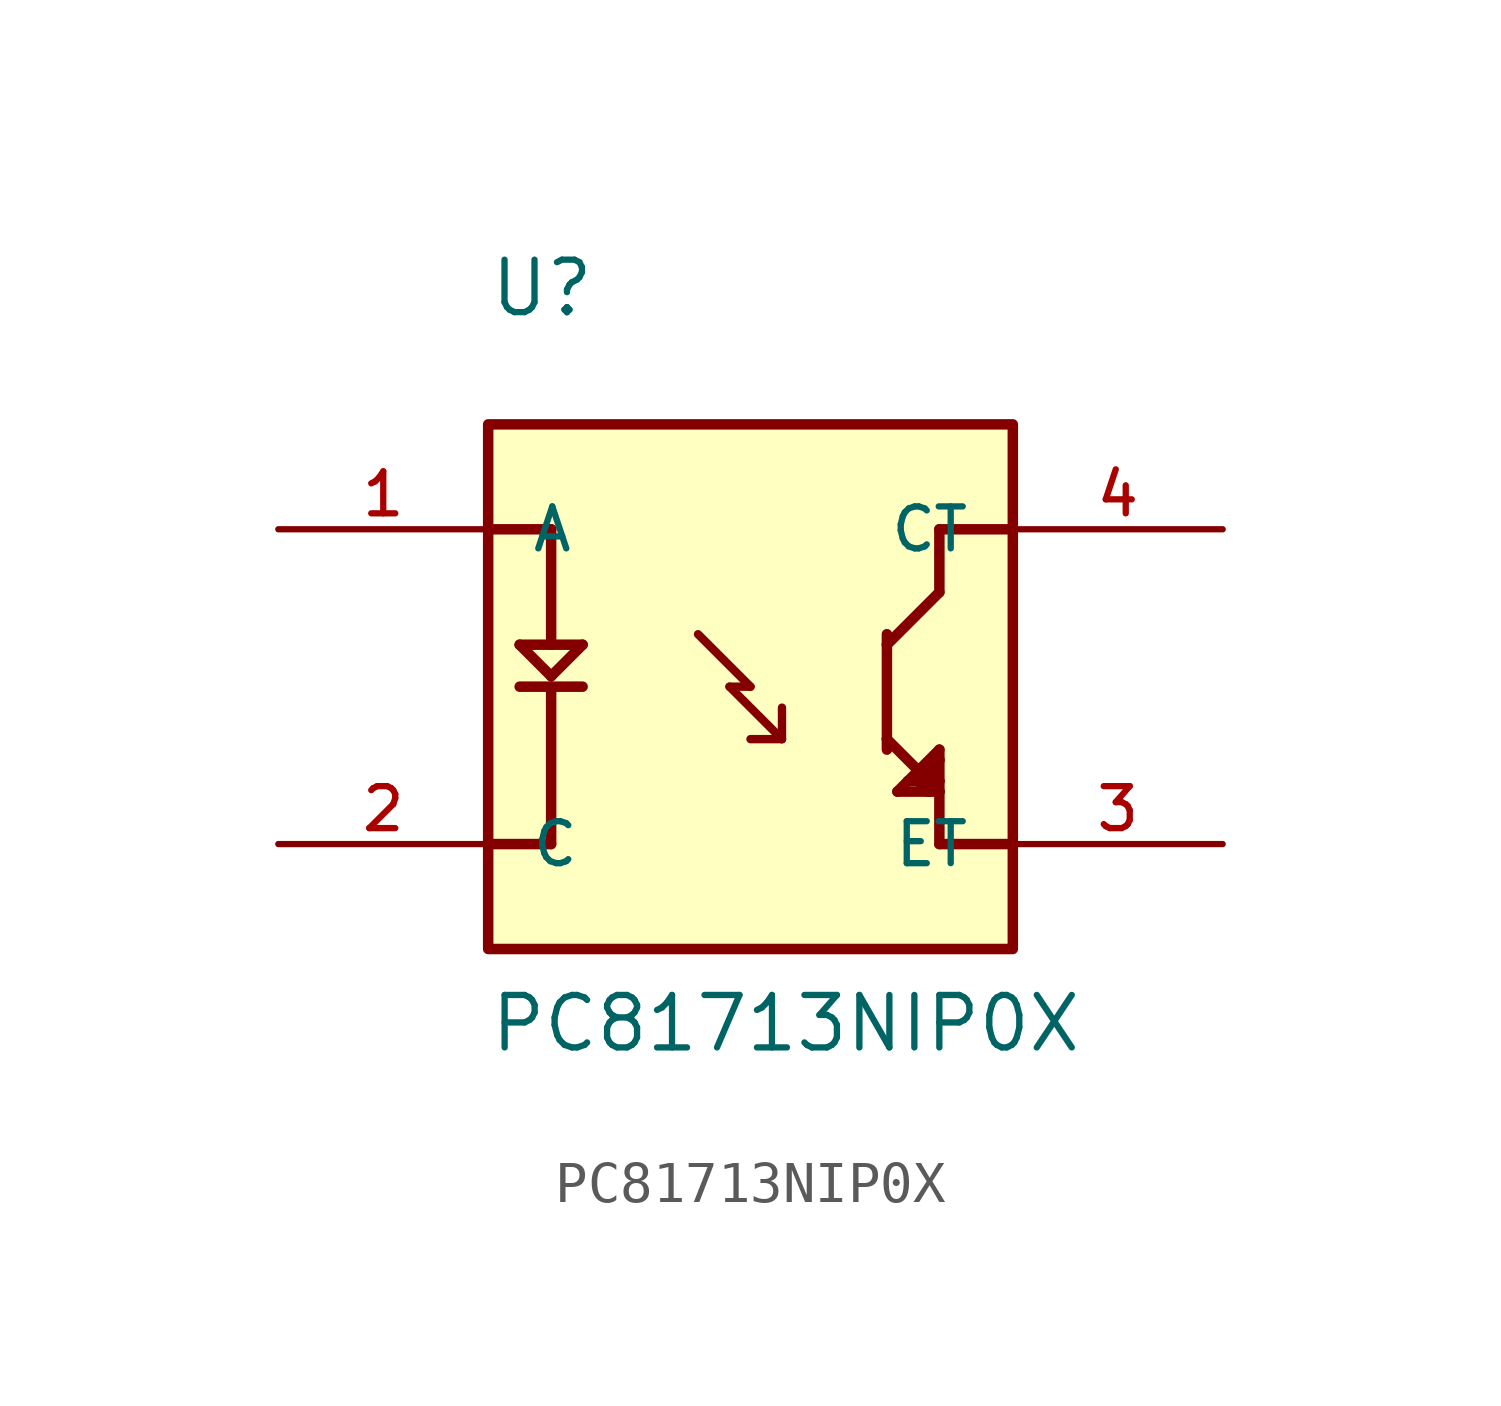
<source format=kicad_sym>
(kicad_symbol_lib
  (version 20211014)
  (generator kicad_symbol_editor)
  (symbol "PC81713NIP0X"
    (pin_names
      (offset 1.016))
    (property "Reference" "U"
      (at -5.087 10.173 0)
      (effects (font (size 1.27 1.27)) (justify bottom left)))
    (property "Value" "PC81713NIP0X"
      (at -5.084 -7.626 0)
      (effects (font (size 1.27 1.27)) (justify bottom left)))
    (symbol "PC81713NIP0X_0_0"
      (polyline (pts (xy -5.08 5.08) (xy -3.556 5.08)) (stroke (width 0.254)))
      (polyline (pts (xy -3.556 5.08) (xy -3.556 2.286)) (stroke (width 0.254)))
      (polyline (pts (xy -3.556 2.286) (xy -2.794 2.286)) (stroke (width 0.254)))
      (polyline (pts (xy -3.556 2.286) (xy -4.318 2.286)) (stroke (width 0.254)))
      (polyline (pts (xy -4.318 2.286) (xy -3.556 1.524)) (stroke (width 0.254)))
      (polyline (pts (xy -3.556 1.524) (xy -2.794 2.286)) (stroke (width 0.254)))
      (polyline (pts (xy -4.318 1.27) (xy -2.794 1.27)) (stroke (width 0.254)))
      (polyline (pts (xy -3.556 1.27) (xy -3.556 -2.54)) (stroke (width 0.254)))
      (polyline (pts (xy -3.556 -2.54) (xy -5.08 -2.54)) (stroke (width 0.254)))
      (polyline (pts (xy 7.62 5.08) (xy 5.842 5.08)) (stroke (width 0.254)))
      (polyline (pts (xy 5.842 5.08) (xy 5.842 3.556)) (stroke (width 0.254)))
      (polyline (pts (xy 5.842 3.556) (xy 4.572 2.286)) (stroke (width 0.254)))
      (polyline (pts (xy 4.572 2.286) (xy 4.572 0.0)) (stroke (width 0.254)))
      (polyline (pts (xy 4.572 0.0) (xy 5.842 -1.27)) (stroke (width 0.254)))
      (polyline (pts (xy 5.842 -1.27) (xy 5.842 -2.54)) (stroke (width 0.254)))
      (polyline (pts (xy 5.842 -2.54) (xy 7.62 -2.54)) (stroke (width 0.254)))
      (polyline (pts (xy 5.842 -1.016) (xy 5.842 -0.508)) (stroke (width 0.254)))
      (polyline (pts (xy 5.842 -0.508) (xy 5.842 -0.254)) (stroke (width 0.254)))
      (polyline (pts (xy 5.842 -0.254) (xy 5.08 -1.016)) (stroke (width 0.254)))
      (polyline (pts (xy 5.08 -1.016) (xy 4.826 -1.27)) (stroke (width 0.254)))
      (polyline (pts (xy 4.826 -1.27) (xy 5.588 -1.27)) (stroke (width 0.254)))
      (polyline (pts (xy 5.588 -1.27) (xy 5.842 -1.27)) (stroke (width 0.254)))
      (polyline (pts (xy 5.842 -1.27) (xy 5.842 -1.016)) (stroke (width 0.254)))
      (polyline (pts (xy 5.842 -1.016) (xy 5.588 -0.762)) (stroke (width 0.254)))
      (polyline (pts (xy 5.588 -0.762) (xy 5.334 -1.016)) (stroke (width 0.254)))
      (polyline (pts (xy 5.08 -1.016) (xy 5.334 -1.016)) (stroke (width 0.254)))
      (polyline (pts (xy 5.334 -1.016) (xy 5.588 -1.27)) (stroke (width 0.254)))
      (polyline (pts (xy 5.588 -1.27) (xy 5.588 -0.762)) (stroke (width 0.254)))
      (polyline (pts (xy 5.588 -0.762) (xy 5.842 -0.508)) (stroke (width 0.254)))
      (polyline (pts (xy 4.572 0.0) (xy 4.572 -0.254)) (stroke (width 0.254)))
      (polyline (pts (xy 4.572 2.286) (xy 4.572 2.54)) (stroke (width 0.254)))
      (polyline (pts (xy 1.27 1.27) (xy 0.762 1.27)) (stroke (width 0.203)))
      (polyline (pts (xy 0.762 1.27) (xy 2.032 0.0)) (stroke (width 0.203)))
      (polyline (pts (xy 2.032 0.0) (xy 2.032 0.762)) (stroke (width 0.203)))
      (polyline (pts (xy 2.032 0.0) (xy 1.27 0.0)) (stroke (width 0.203)))
      (polyline (pts (xy 0.0 2.54) (xy 1.27 1.27)) (stroke (width 0.203)))
      (rectangle (start -5.08 -5.08) (end 7.62 7.62) (stroke (width 0.254)) (fill (type background)))
      (pin passive line (at -10.16 5.08 0) (length 5.08) (name "A" (effects (font (size 1.016 1.016)))) (number "1" (effects (font (size 1.016 1.016)))))
      (pin passive line (at -10.16 -2.54 0) (length 5.08) (name "C" (effects (font (size 1.016 1.016)))) (number "2" (effects (font (size 1.016 1.016)))))
      (pin passive line (at 12.7 5.08 180.0) (length 5.08) (name "CT" (effects (font (size 1.016 1.016)))) (number "4" (effects (font (size 1.016 1.016)))))
      (pin passive line (at 12.7 -2.54 180.0) (length 5.08) (name "ET" (effects (font (size 1.016 1.016)))) (number "3" (effects (font (size 1.016 1.016))))))))
</source>
